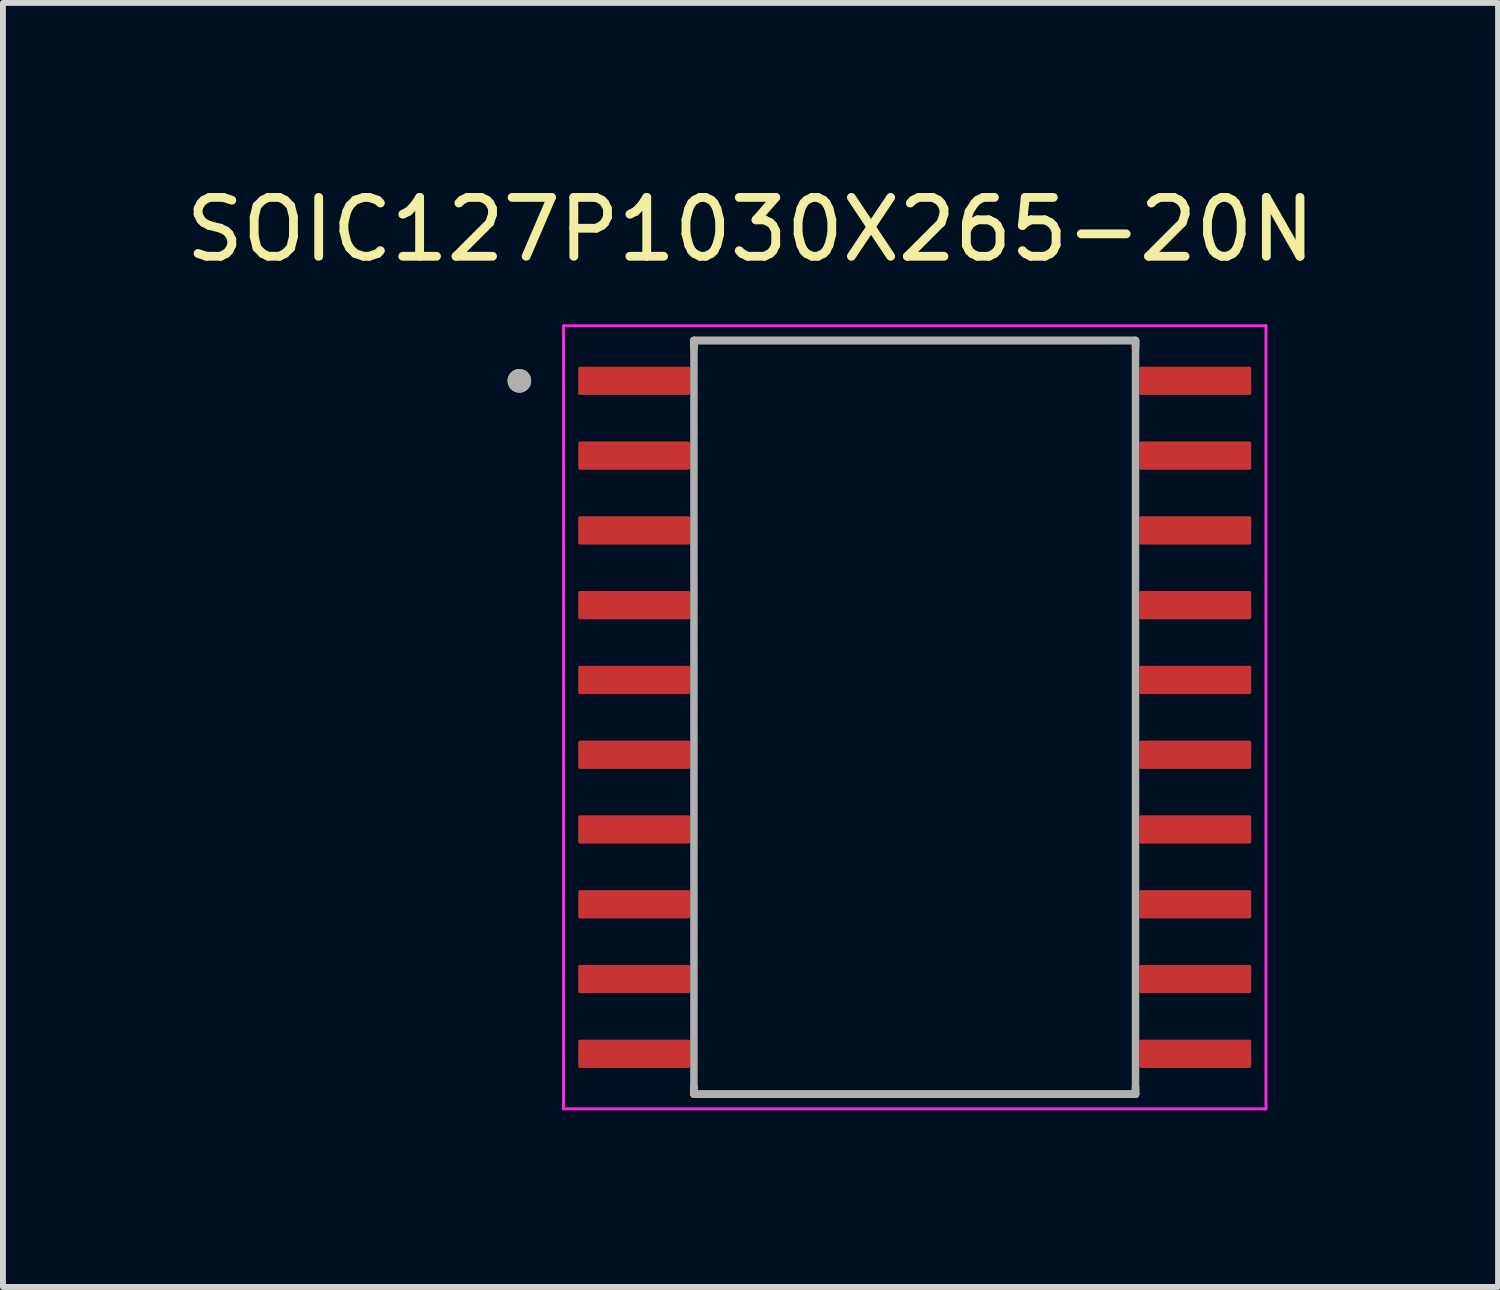
<source format=kicad_pcb>
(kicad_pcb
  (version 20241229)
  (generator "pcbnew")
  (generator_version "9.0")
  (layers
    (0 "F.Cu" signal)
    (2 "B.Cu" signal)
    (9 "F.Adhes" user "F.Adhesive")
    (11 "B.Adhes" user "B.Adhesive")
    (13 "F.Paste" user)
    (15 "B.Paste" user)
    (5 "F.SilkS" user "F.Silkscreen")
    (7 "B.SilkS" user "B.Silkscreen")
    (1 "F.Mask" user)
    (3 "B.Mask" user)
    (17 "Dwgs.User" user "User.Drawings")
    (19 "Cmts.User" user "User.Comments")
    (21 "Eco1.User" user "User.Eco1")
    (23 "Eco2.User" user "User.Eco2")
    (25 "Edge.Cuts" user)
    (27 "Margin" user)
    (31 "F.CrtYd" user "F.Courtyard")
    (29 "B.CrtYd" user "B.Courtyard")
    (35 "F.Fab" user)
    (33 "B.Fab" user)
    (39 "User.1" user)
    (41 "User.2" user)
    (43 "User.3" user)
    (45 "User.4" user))
  (footprint "SOIC127P1030X265-20N"
    (layer "F.Cu")
    (at 12.486 9.133)
    (property "Reference" "SOIC127P1030X265-20N" (at -2.79 -8.285 0) (layer "F.SilkS") (effects (font (size 1 1) (thickness 0.15))))
    (attr smd)
    (fp_line (start -3.75 -6.4) (end -3.75 -6.275) (stroke (width 0.127) (type solid)) (layer "F.SilkS"))
    (fp_line (start -3.75 6.4) (end -3.75 6.275) (stroke (width 0.127) (type solid)) (layer "F.SilkS"))
    (fp_line (start -3.75 6.4) (end 3.75 6.4) (stroke (width 0.127) (type solid)) (layer "F.SilkS"))
    (fp_line (start 3.75 -6.4) (end -3.75 -6.4) (stroke (width 0.127) (type solid)) (layer "F.SilkS"))
    (fp_line (start 3.75 -6.275) (end 3.75 -6.4) (stroke (width 0.127) (type solid)) (layer "F.SilkS"))
    (fp_line (start 3.75 6.4) (end 3.75 6.275) (stroke (width 0.127) (type solid)) (layer "F.SilkS"))
    (fp_circle (center -6.715 -5.715) (end -6.615 -5.715) (stroke (width 0.2) (type solid)) (fill no) (layer "F.SilkS"))
    (fp_line (start -5.965 -6.65) (end -5.965 6.65) (stroke (width 0.05) (type solid)) (layer "F.CrtYd"))
    (fp_line (start -5.965 6.65) (end 5.965 6.65) (stroke (width 0.05) (type solid)) (layer "F.CrtYd"))
    (fp_line (start 5.965 -6.65) (end -5.965 -6.65) (stroke (width 0.05) (type solid)) (layer "F.CrtYd"))
    (fp_line (start 5.965 6.65) (end 5.965 -6.65) (stroke (width 0.05) (type solid)) (layer "F.CrtYd"))
    (fp_line (start -3.75 -6.4) (end -3.75 6.4) (stroke (width 0.127) (type solid)) (layer "F.Fab"))
    (fp_line (start -3.75 6.4) (end 3.75 6.4) (stroke (width 0.127) (type solid)) (layer "F.Fab"))
    (fp_line (start 3.75 -6.4) (end -3.75 -6.4) (stroke (width 0.127) (type solid)) (layer "F.Fab"))
    (fp_line (start 3.75 6.4) (end 3.75 -6.4) (stroke (width 0.127) (type solid)) (layer "F.Fab"))
    (fp_circle (center -6.715 -5.715) (end -6.615 -5.715) (stroke (width 0.2) (type solid)) (fill no) (layer "F.Fab"))
    (pad "1" smd roundrect (at -4.765 -5.715) (size 1.9 0.48) (layers "F.Cu" "F.Mask" "F.Paste") (roundrect_rratio 0.06))
    (pad "2" smd roundrect (at -4.765 -4.445) (size 1.9 0.48) (layers "F.Cu" "F.Mask" "F.Paste") (roundrect_rratio 0.06))
    (pad "3" smd roundrect (at -4.765 -3.175) (size 1.9 0.48) (layers "F.Cu" "F.Mask" "F.Paste") (roundrect_rratio 0.06))
    (pad "4" smd roundrect (at -4.765 -1.905) (size 1.9 0.48) (layers "F.Cu" "F.Mask" "F.Paste") (roundrect_rratio 0.06))
    (pad "5" smd roundrect (at -4.765 -0.635) (size 1.9 0.48) (layers "F.Cu" "F.Mask" "F.Paste") (roundrect_rratio 0.06))
    (pad "6" smd roundrect (at -4.765 0.635) (size 1.9 0.48) (layers "F.Cu" "F.Mask" "F.Paste") (roundrect_rratio 0.06))
    (pad "7" smd roundrect (at -4.765 1.905) (size 1.9 0.48) (layers "F.Cu" "F.Mask" "F.Paste") (roundrect_rratio 0.06))
    (pad "8" smd roundrect (at -4.765 3.175) (size 1.9 0.48) (layers "F.Cu" "F.Mask" "F.Paste") (roundrect_rratio 0.06))
    (pad "9" smd roundrect (at -4.765 4.445) (size 1.9 0.48) (layers "F.Cu" "F.Mask" "F.Paste") (roundrect_rratio 0.06))
    (pad "10" smd roundrect (at -4.765 5.715) (size 1.9 0.48) (layers "F.Cu" "F.Mask" "F.Paste") (roundrect_rratio 0.06))
    (pad "11" smd roundrect (at 4.765 5.715) (size 1.9 0.48) (layers "F.Cu" "F.Mask" "F.Paste") (roundrect_rratio 0.06))
    (pad "12" smd roundrect (at 4.765 4.445) (size 1.9 0.48) (layers "F.Cu" "F.Mask" "F.Paste") (roundrect_rratio 0.06))
    (pad "13" smd roundrect (at 4.765 3.175) (size 1.9 0.48) (layers "F.Cu" "F.Mask" "F.Paste") (roundrect_rratio 0.06))
    (pad "14" smd roundrect (at 4.765 1.905) (size 1.9 0.48) (layers "F.Cu" "F.Mask" "F.Paste") (roundrect_rratio 0.06))
    (pad "15" smd roundrect (at 4.765 0.635) (size 1.9 0.48) (layers "F.Cu" "F.Mask" "F.Paste") (roundrect_rratio 0.06))
    (pad "16" smd roundrect (at 4.765 -0.635) (size 1.9 0.48) (layers "F.Cu" "F.Mask" "F.Paste") (roundrect_rratio 0.06))
    (pad "17" smd roundrect (at 4.765 -1.905) (size 1.9 0.48) (layers "F.Cu" "F.Mask" "F.Paste") (roundrect_rratio 0.06))
    (pad "18" smd roundrect (at 4.765 -3.175) (size 1.9 0.48) (layers "F.Cu" "F.Mask" "F.Paste") (roundrect_rratio 0.06))
    (pad "19" smd roundrect (at 4.765 -4.445) (size 1.9 0.48) (layers "F.Cu" "F.Mask" "F.Paste") (roundrect_rratio 0.06))
    (pad "20" smd roundrect (at 4.765 -5.715) (size 1.9 0.48) (layers "F.Cu" "F.Mask" "F.Paste") (roundrect_rratio 0.06)))
  (gr_rect
    (start -3 -3)
    (end 22.393 18.808)
    (stroke (width 0.1) (type default))
    (fill no)
    (layer "Edge.Cuts")))
</source>
